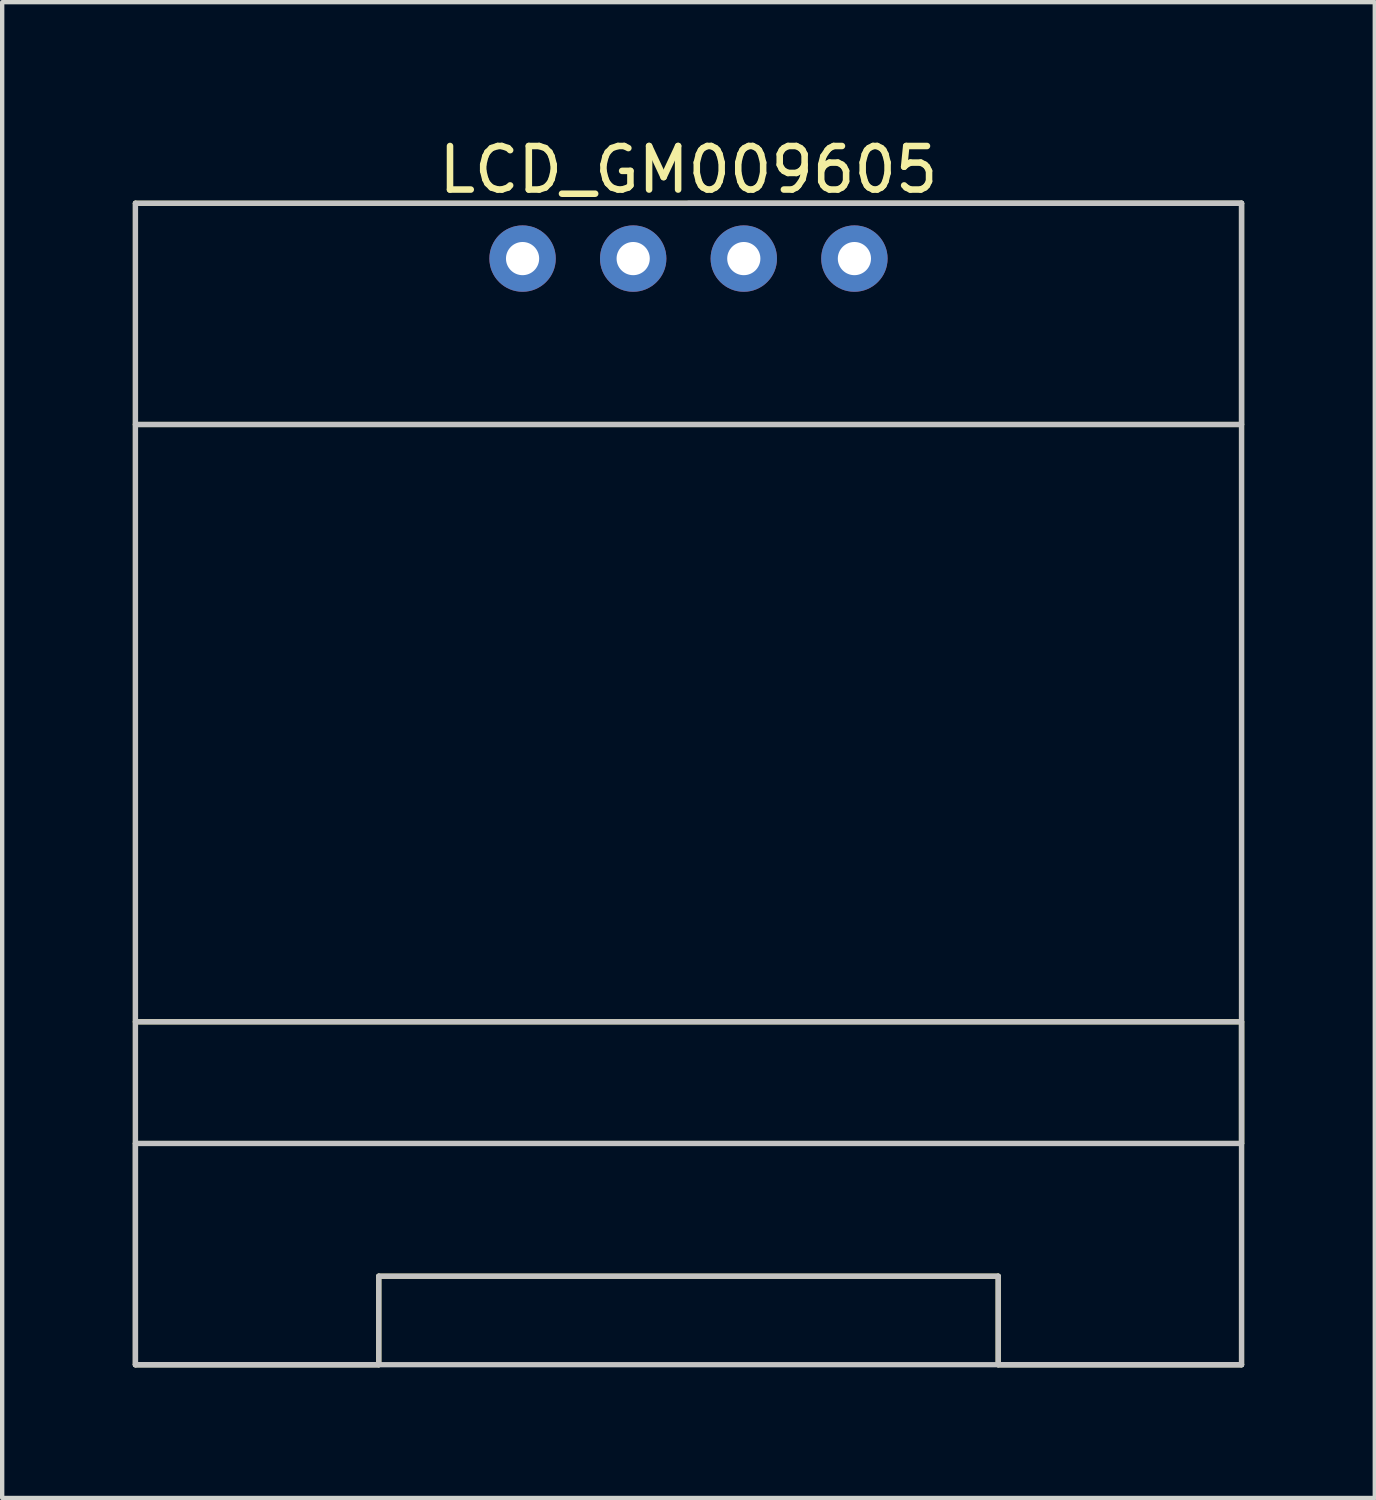
<source format=kicad_pcb>
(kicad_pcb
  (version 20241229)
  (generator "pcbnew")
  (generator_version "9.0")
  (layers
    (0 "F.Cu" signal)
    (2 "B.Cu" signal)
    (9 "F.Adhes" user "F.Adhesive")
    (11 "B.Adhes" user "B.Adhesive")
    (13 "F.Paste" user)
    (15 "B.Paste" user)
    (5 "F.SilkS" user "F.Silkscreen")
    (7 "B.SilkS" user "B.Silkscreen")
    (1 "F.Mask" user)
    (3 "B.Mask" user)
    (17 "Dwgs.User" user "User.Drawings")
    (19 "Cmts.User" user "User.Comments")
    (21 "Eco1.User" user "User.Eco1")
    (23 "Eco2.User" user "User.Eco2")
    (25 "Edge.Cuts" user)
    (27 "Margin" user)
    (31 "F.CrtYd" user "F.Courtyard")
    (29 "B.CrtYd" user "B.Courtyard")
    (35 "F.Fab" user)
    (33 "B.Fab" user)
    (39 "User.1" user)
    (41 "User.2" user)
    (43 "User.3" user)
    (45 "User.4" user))
  (footprint "LCD_GM009605"
    (layer "F.Cu")
    (at 12.76 0.348)
    (property "Reference" "LCD_GM009605" (at 0 0.5 0) (layer "F.SilkS") (effects (font (size 1 1) (thickness 0.15))))
    (attr through_hole)
    (fp_line (start -12.7 1.27) (end 12.7 1.27) (stroke (width 0.12) (type solid)) (layer "F.SilkS"))
    (fp_line (start -12.7 20.066) (end 12.7 20.066) (stroke (width 0.12) (type solid)) (layer "F.SilkS"))
    (fp_line (start -12.7 27.94) (end -12.7 1.27) (stroke (width 0.12) (type solid)) (layer "F.SilkS"))
    (fp_line (start -7.112 25.908) (end -7.112 27.94) (stroke (width 0.12) (type solid)) (layer "F.SilkS"))
    (fp_line (start -7.112 27.94) (end -12.7 27.94) (stroke (width 0.12) (type solid)) (layer "F.SilkS"))
    (fp_line (start 7.112 25.908) (end -7.112 25.908) (stroke (width 0.12) (type solid)) (layer "F.SilkS"))
    (fp_line (start 7.112 27.94) (end 7.112 25.908) (stroke (width 0.12) (type solid)) (layer "F.SilkS"))
    (fp_line (start 12.7 1.27) (end 12.7 27.94) (stroke (width 0.12) (type solid)) (layer "F.SilkS"))
    (fp_line (start 12.7 6.35) (end -12.7 6.35) (stroke (width 0.12) (type solid)) (layer "F.SilkS"))
    (fp_line (start 12.7 20.066) (end 12.7 22.86) (stroke (width 0.12) (type solid)) (layer "F.SilkS"))
    (fp_line (start 12.7 22.86) (end -12.7 22.86) (stroke (width 0.12) (type solid)) (layer "F.SilkS"))
    (fp_line (start 12.7 27.94) (end 7.112 27.94) (stroke (width 0.12) (type solid)) (layer "F.SilkS"))
    (fp_line (start -12.7 1.27) (end -12.7 27.94) (stroke (width 0.12) (type solid)) (layer "Dwgs.User"))
    (fp_line (start -12.7 22.86) (end 12.7 22.86) (stroke (width 0.12) (type solid)) (layer "Dwgs.User"))
    (fp_line (start -12.7 27.94) (end -12.7 22.86) (stroke (width 0.12) (type solid)) (layer "Dwgs.User"))
    (fp_line (start -12.7 27.94) (end -7.112 27.94) (stroke (width 0.12) (type solid)) (layer "Dwgs.User"))
    (fp_line (start -12.7 27.94) (end 12.7 27.94) (stroke (width 0.12) (type solid)) (layer "Dwgs.User"))
    (fp_line (start -7.112 25.908) (end 7.112 25.908) (stroke (width 0.12) (type solid)) (layer "Dwgs.User"))
    (fp_line (start -7.112 27.94) (end -7.112 25.908) (stroke (width 0.12) (type solid)) (layer "Dwgs.User"))
    (fp_line (start 0 1.27) (end 12.7 1.27) (stroke (width 0.12) (type solid)) (layer "Dwgs.User"))
    (fp_line (start 7.112 27.94) (end 7.112 25.908) (stroke (width 0.12) (type solid)) (layer "Dwgs.User"))
    (fp_line (start 12.7 1.27) (end -12.7 1.27) (stroke (width 0.12) (type solid)) (layer "Dwgs.User"))
    (fp_line (start 12.7 1.27) (end 12.7 6.35) (stroke (width 0.12) (type solid)) (layer "Dwgs.User"))
    (fp_line (start 12.7 6.35) (end -12.7 6.35) (stroke (width 0.12) (type solid)) (layer "Dwgs.User"))
    (fp_line (start 12.7 20.066) (end -12.7 20.066) (stroke (width 0.12) (type solid)) (layer "Dwgs.User"))
    (fp_line (start 12.7 22.86) (end 12.7 20.066) (stroke (width 0.12) (type solid)) (layer "Dwgs.User"))
    (fp_line (start 12.7 27.94) (end 7.112 27.94) (stroke (width 0.12) (type solid)) (layer "Dwgs.User"))
    (fp_line (start 12.7 27.94) (end 12.7 1.27) (stroke (width 0.12) (type solid)) (layer "Dwgs.User"))
    (pad "1" thru_hole circle (at -3.81 2.54) (size 1.524 1.524) (drill 0.762) (layers "*.Cu" "*.Mask"))
    (pad "2" thru_hole circle (at -1.27 2.54) (size 1.524 1.524) (drill 0.762) (layers "*.Cu" "*.Mask"))
    (pad "3" thru_hole circle (at 1.27 2.54) (size 1.524 1.524) (drill 0.762) (layers "*.Cu" "*.Mask"))
    (pad "4" thru_hole circle (at 3.81 2.54) (size 1.524 1.524) (drill 0.762) (layers "*.Cu" "*.Mask")))
  (gr_rect
    (start -3 -3)
    (end 28.52 31.348)
    (stroke (width 0.1) (type default))
    (fill no)
    (layer "Edge.Cuts")))
</source>
